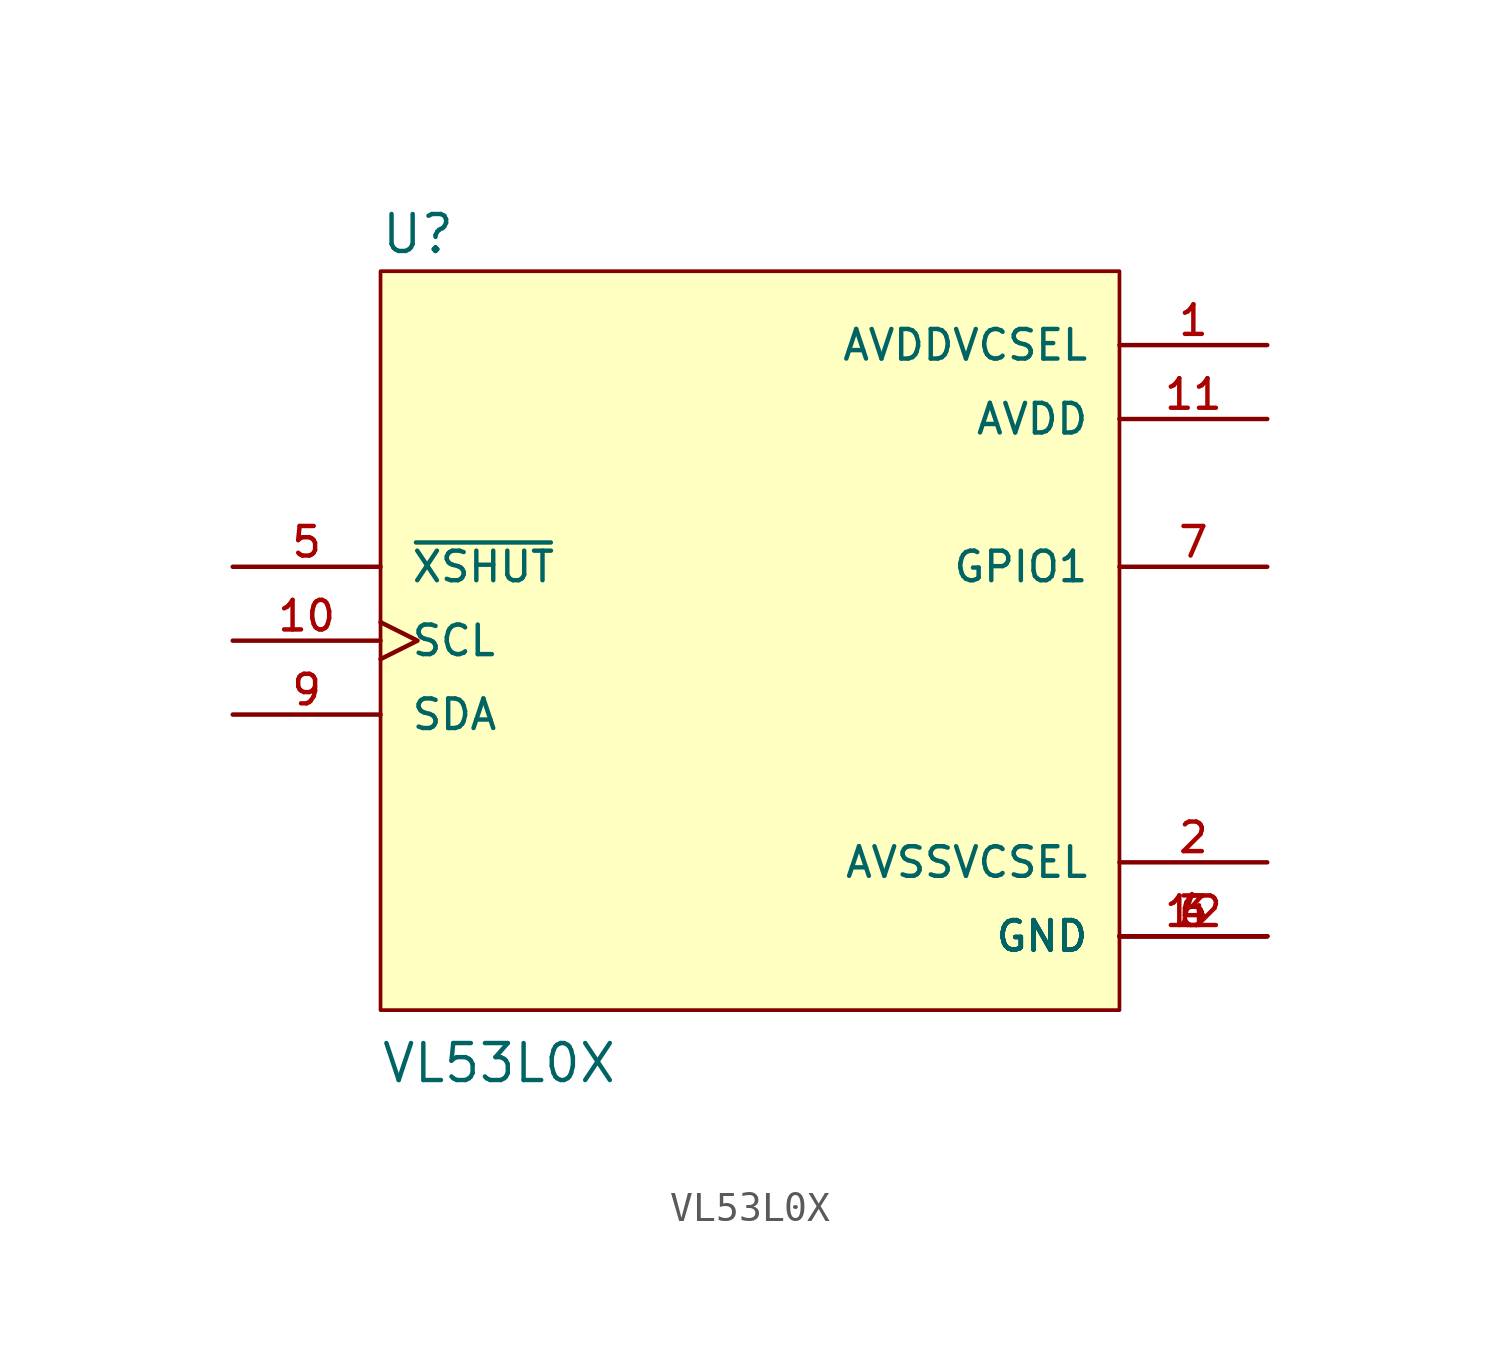
<source format=kicad_sym>
(kicad_symbol_lib
  (version 20211014)
  (generator kicad_symbol_editor)
  (symbol "VL53L0X"
    (pin_names
      (offset 1.016))
    (property "Reference" "U"
      (at -12.724 13.233 0)
      (effects (font (size 1.27 1.27)) (justify bottom left)))
    (property "Value" "VL53L0X"
      (at -12.72 -15.265 0)
      (effects (font (size 1.27 1.27)) (justify bottom left)))
    (symbol "VL53L0X_0_0"
      (rectangle (start -12.7 -12.7) (end 12.7 12.7) (stroke (width 0.127)) (fill (type background)))
      (pin power_in line (at 17.78 10.16 180.0) (length 5.08) (name "AVDDVCSEL" (effects (font (size 1.016 1.016)))) (number "1" (effects (font (size 1.016 1.016)))))
      (pin input line (at -17.78 2.54 0) (length 5.08) (name "~{XSHUT}" (effects (font (size 1.016 1.016)))) (number "5" (effects (font (size 1.016 1.016)))))
      (pin power_in line (at 17.78 -10.16 180.0) (length 5.08) (name "GND" (effects (font (size 1.016 1.016)))) (number "3" (effects (font (size 1.016 1.016)))))
      (pin power_in line (at 17.78 -10.16 180.0) (length 5.08) (name "GND" (effects (font (size 1.016 1.016)))) (number "4" (effects (font (size 1.016 1.016)))))
      (pin power_in line (at 17.78 -10.16 180.0) (length 5.08) (name "GND" (effects (font (size 1.016 1.016)))) (number "6" (effects (font (size 1.016 1.016)))))
      (pin power_in line (at 17.78 -10.16 180.0) (length 5.08) (name "GND" (effects (font (size 1.016 1.016)))) (number "12" (effects (font (size 1.016 1.016)))))
      (pin output line (at 17.78 2.54 180.0) (length 5.08) (name "GPIO1" (effects (font (size 1.016 1.016)))) (number "7" (effects (font (size 1.016 1.016)))))
      (pin bidirectional line (at -17.78 -2.54 0) (length 5.08) (name "SDA" (effects (font (size 1.016 1.016)))) (number "9" (effects (font (size 1.016 1.016)))))
      (pin input clock (at -17.78 0.0 0) (length 5.08) (name "SCL" (effects (font (size 1.016 1.016)))) (number "10" (effects (font (size 1.016 1.016)))))
      (pin power_in line (at 17.78 7.62 180.0) (length 5.08) (name "AVDD" (effects (font (size 1.016 1.016)))) (number "11" (effects (font (size 1.016 1.016)))))
      (pin power_in line (at 17.78 -7.62 180.0) (length 5.08) (name "AVSSVCSEL" (effects (font (size 1.016 1.016)))) (number "2" (effects (font (size 1.016 1.016))))))))
</source>
